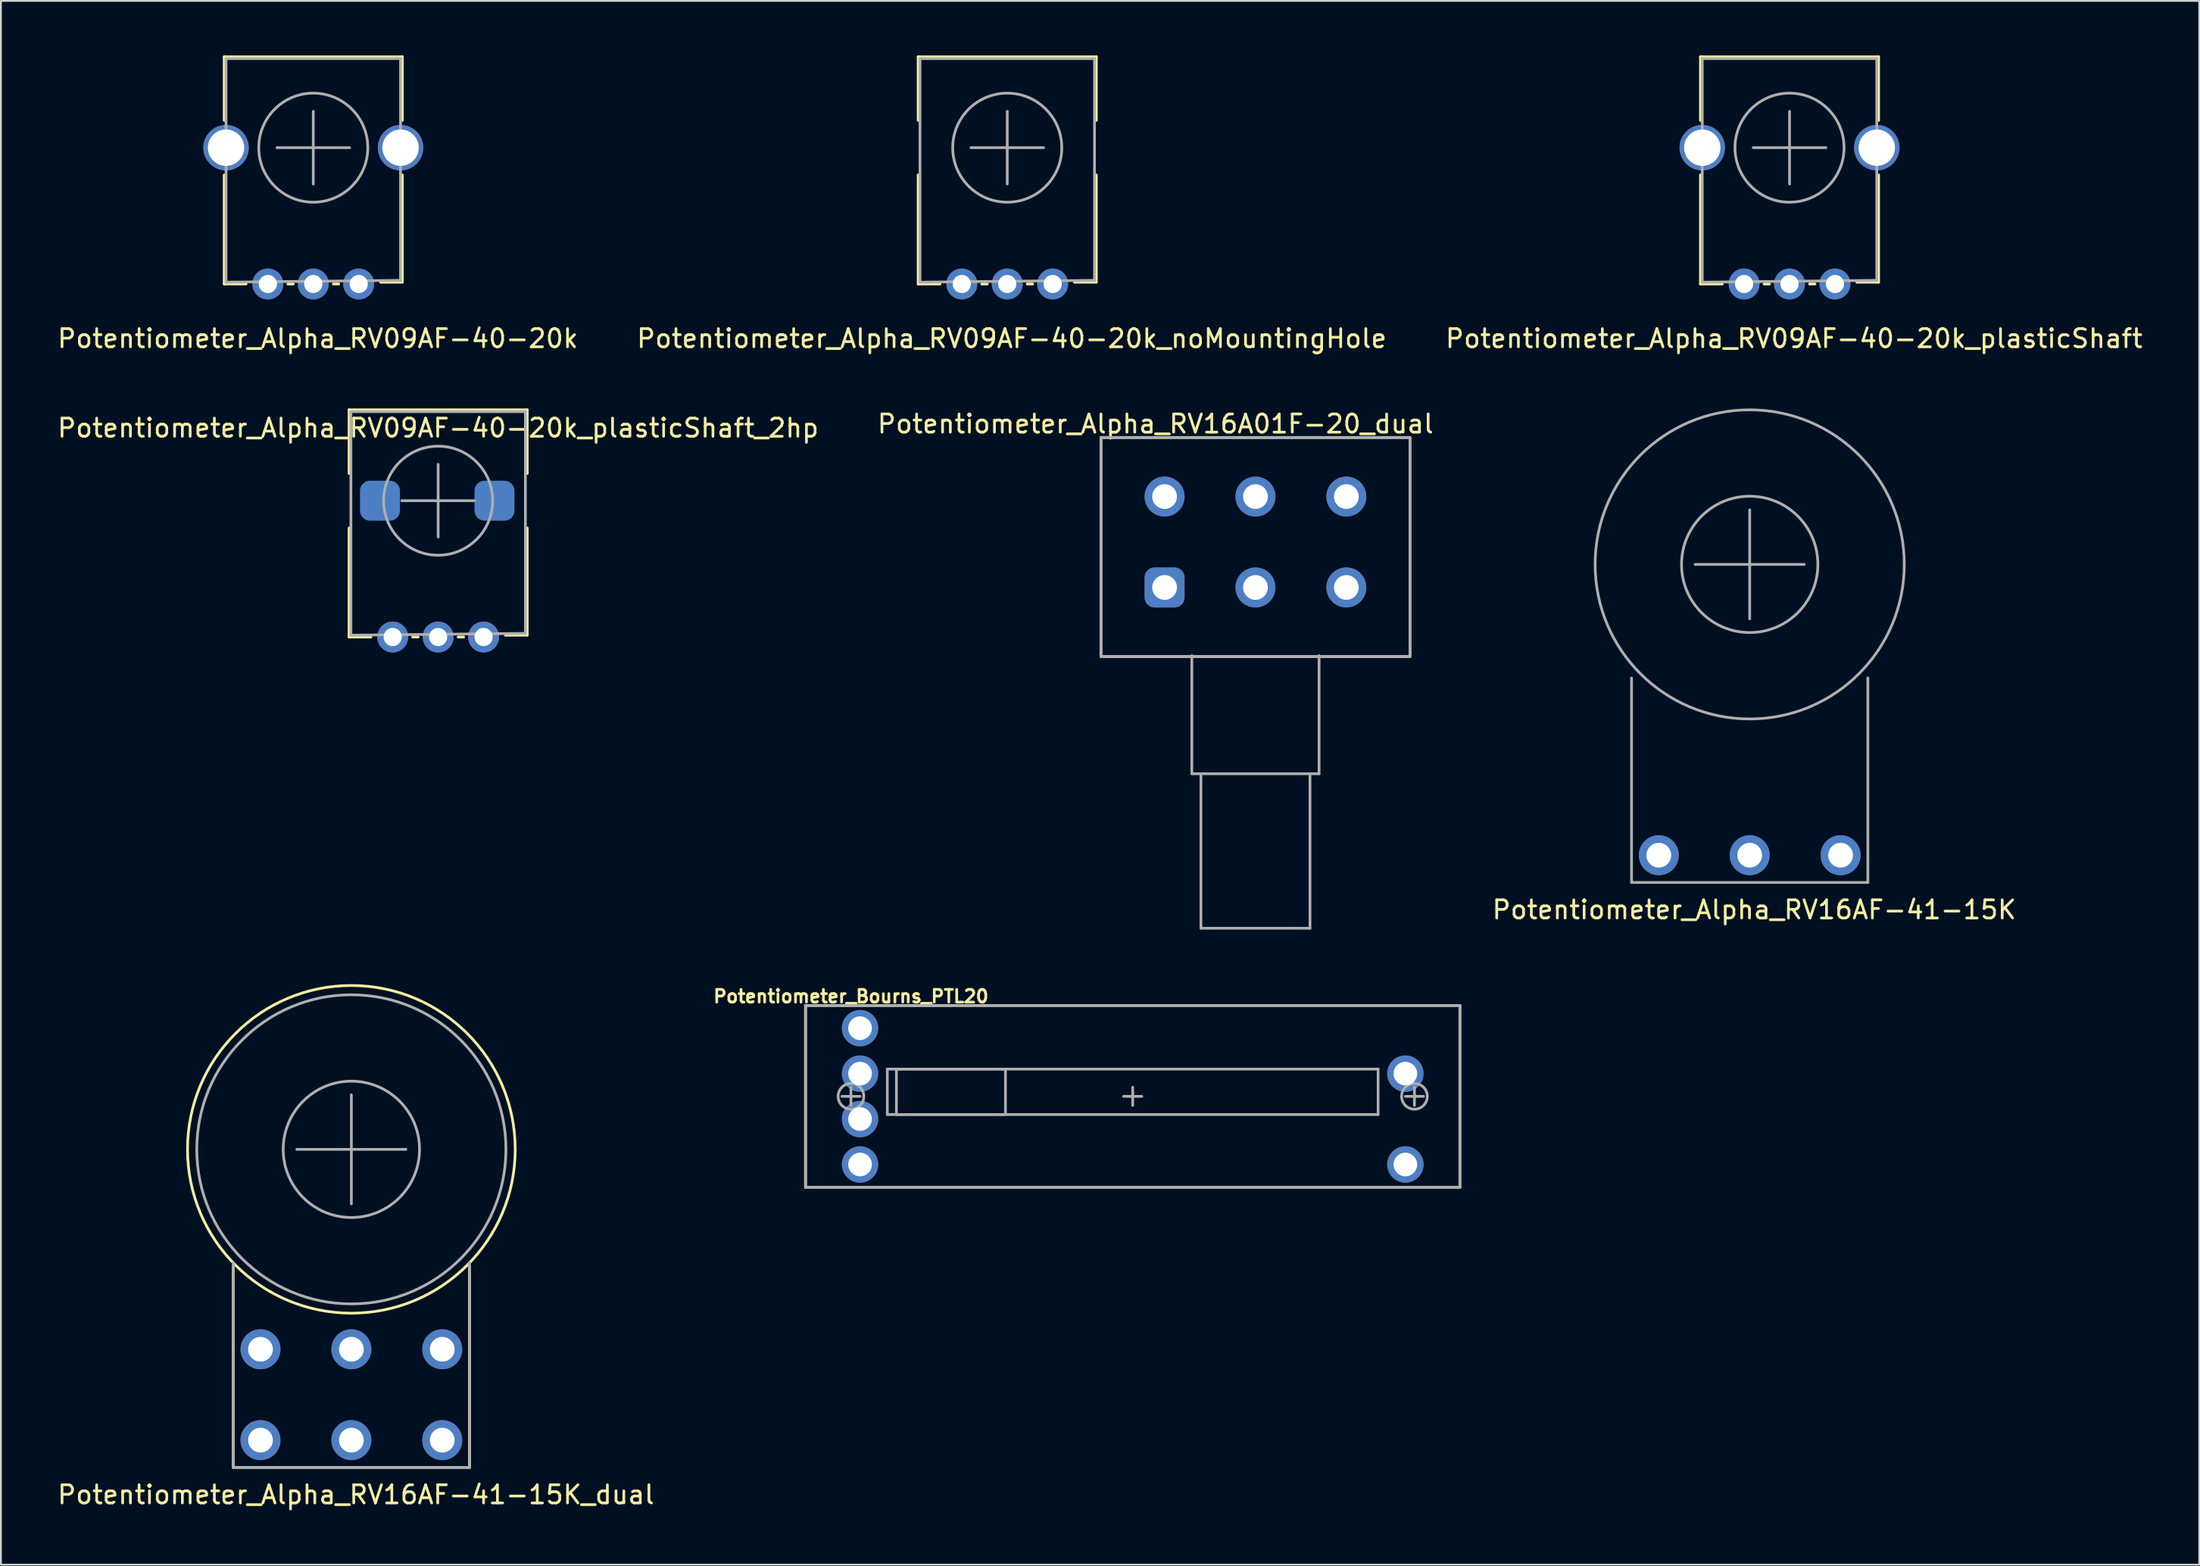
<source format=kicad_pcb>
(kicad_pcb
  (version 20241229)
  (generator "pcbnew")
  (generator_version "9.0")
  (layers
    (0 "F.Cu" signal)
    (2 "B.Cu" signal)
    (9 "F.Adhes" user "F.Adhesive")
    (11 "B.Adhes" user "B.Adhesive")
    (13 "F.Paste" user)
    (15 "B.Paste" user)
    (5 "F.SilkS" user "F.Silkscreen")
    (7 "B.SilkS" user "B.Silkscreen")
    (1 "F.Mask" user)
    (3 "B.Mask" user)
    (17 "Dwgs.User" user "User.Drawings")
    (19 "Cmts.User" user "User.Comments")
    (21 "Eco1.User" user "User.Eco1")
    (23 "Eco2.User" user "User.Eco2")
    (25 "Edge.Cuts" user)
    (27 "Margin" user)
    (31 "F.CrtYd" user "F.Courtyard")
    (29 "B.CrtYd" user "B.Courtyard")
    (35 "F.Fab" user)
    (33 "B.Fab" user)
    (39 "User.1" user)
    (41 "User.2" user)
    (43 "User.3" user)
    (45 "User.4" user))
  (footprint "Potentiometer_Alpha_RV16AF-41-15K_dual"
    (layer "F.Cu")
    (at 16.28 60.185)
    (property "Reference" "Potentiometer_Alpha_RV16AF-41-15K_dual" (at 0.25 19 0) (layer "F.SilkS") (effects (font (size 1 1) (thickness 0.15))))
    (attr through_hole)
    (fp_line (start -6.5 6.5) (end -6.5 17.5) (stroke (width 0.15) (type solid)) (layer "F.SilkS"))
    (fp_line (start -6.5 17.5) (end 6.5 17.5) (stroke (width 0.15) (type solid)) (layer "F.SilkS"))
    (fp_line (start 6.5 17.5) (end 6.5 6.5) (stroke (width 0.15) (type solid)) (layer "F.SilkS"))
    (fp_circle (center 0 0) (end 0.5 -9) (stroke (width 0.15) (type solid)) (fill no) (layer "F.SilkS"))
    (fp_line (start -6.5 17.5) (end -6.5 6.25) (stroke (width 0.15) (type solid)) (layer "F.Fab"))
    (fp_line (start -6.5 17.5) (end 6.5 17.5) (stroke (width 0.15) (type solid)) (layer "F.Fab"))
    (fp_line (start -3 0) (end 3 0) (stroke (width 0.15) (type solid)) (layer "F.Fab"))
    (fp_line (start 0 3) (end 0 -3) (stroke (width 0.15) (type solid)) (layer "F.Fab"))
    (fp_line (start 6.5 17.5) (end 6.5 6.25) (stroke (width 0.15) (type solid)) (layer "F.Fab"))
    (fp_circle (center 0 0) (end 3.75 0) (stroke (width 0.15) (type solid)) (fill no) (layer "F.Fab"))
    (fp_circle (center 0 0) (end 8.5 -0.25) (stroke (width 0.15) (type solid)) (fill no) (layer "F.Fab"))
    (pad "1" thru_hole circle (at -5 16) (size 2.2 2.2) (drill 1.36) (layers "*.Cu" "*.Mask"))
    (pad "2" thru_hole circle (at 0 16) (size 2.2 2.2) (drill 1.36) (layers "*.Cu" "*.Mask"))
    (pad "3" thru_hole circle (at 5 16) (size 2.2 2.2) (drill 1.36) (layers "*.Cu" "*.Mask"))
    (pad "4" thru_hole circle (at -5 11) (size 2.2 2.2) (drill 1.36) (layers "*.Cu" "*.Mask"))
    (pad "5" thru_hole circle (at 0 11) (size 2.2 2.2) (drill 1.36) (layers "*.Cu" "*.Mask"))
    (pad "6" thru_hole circle (at 5 11) (size 2.2 2.2) (drill 1.36) (layers "*.Cu" "*.Mask")))
  (footprint "Potentiometer_Alpha_RV16AF-41-15K"
    (layer "F.Cu")
    (at 93.208 44.002)
    (property "Reference" "Potentiometer_Alpha_RV16AF-41-15K" (at 0.25 3 0) (layer "F.SilkS") (effects (font (size 1 1) (thickness 0.15))))
    (attr through_hole)
    (fp_line (start -6.5 1.5) (end -6.5 -9.75) (stroke (width 0.15) (type solid)) (layer "F.Fab"))
    (fp_line (start -6.5 1.5) (end 6.5 1.5) (stroke (width 0.15) (type solid)) (layer "F.Fab"))
    (fp_line (start -3 -16) (end 3 -16) (stroke (width 0.15) (type solid)) (layer "F.Fab"))
    (fp_line (start 0 -13) (end 0 -19) (stroke (width 0.15) (type solid)) (layer "F.Fab"))
    (fp_line (start 6.5 1.5) (end 6.5 -9.75) (stroke (width 0.15) (type solid)) (layer "F.Fab"))
    (fp_circle (center 0 -16) (end 3.75 -16) (stroke (width 0.15) (type solid)) (fill no) (layer "F.Fab"))
    (fp_circle (center 0 -16) (end 8.5 -16.25) (stroke (width 0.15) (type solid)) (fill no) (layer "F.Fab"))
    (pad "1" thru_hole circle (at -5 0) (size 2.2 2.2) (drill 1.36) (layers "*.Cu" "*.Mask"))
    (pad "2" thru_hole circle (at 0 0) (size 2.2 2.2) (drill 1.36) (layers "*.Cu" "*.Mask"))
    (pad "3" thru_hole circle (at 5 0) (size 2.2 2.2) (drill 1.36) (layers "*.Cu" "*.Mask")))
  (footprint "Potentiometer_Alpha_RV09AF-40-20k_noMountingHole"
    (layer "F.Cu")
    (at 52.363 5.075)
    (property "Reference" "Potentiometer_Alpha_RV09AF-40-20k_noMountingHole" (at 0.25 10.5 0) (layer "F.SilkS") (effects (font (size 1 1) (thickness 0.15))))
    (attr through_hole)
    (fp_line (start -4.9 -5) (end -4.9 -1.5) (stroke (width 0.15) (type solid)) (layer "F.SilkS"))
    (fp_line (start -4.9 -5) (end 4.9 -5) (stroke (width 0.15) (type solid)) (layer "F.SilkS"))
    (fp_line (start -4.9 1.5) (end -4.9 7.5) (stroke (width 0.15) (type solid)) (layer "F.SilkS"))
    (fp_line (start -4.9 7.5) (end -3.7 7.5) (stroke (width 0.15) (type solid)) (layer "F.SilkS"))
    (fp_line (start -1.4 7.5) (end -1.1 7.5) (stroke (width 0.15) (type solid)) (layer "F.SilkS"))
    (fp_line (start 1.1 7.5) (end 1.4 7.5) (stroke (width 0.15) (type solid)) (layer "F.SilkS"))
    (fp_line (start 4.9 -5) (end 4.9 -1.5) (stroke (width 0.15) (type solid)) (layer "F.SilkS"))
    (fp_line (start 4.9 1.5) (end 4.9 7.4) (stroke (width 0.15) (type solid)) (layer "F.SilkS"))
    (fp_line (start 4.9 7.4) (end 3.7 7.4) (stroke (width 0.15) (type solid)) (layer "F.SilkS"))
    (fp_line (start -4.8 -4.9) (end 4.8 -4.9) (stroke (width 0.15) (type solid)) (layer "F.Fab"))
    (fp_line (start -4.8 7.4) (end -4.8 -4.9) (stroke (width 0.15) (type solid)) (layer "F.Fab"))
    (fp_line (start -2 0) (end 2 0) (stroke (width 0.15) (type solid)) (layer "F.Fab"))
    (fp_line (start 0 -2) (end 0 2) (stroke (width 0.15) (type solid)) (layer "F.Fab"))
    (fp_line (start 4.8 -4.9) (end 4.8 7.3) (stroke (width 0.15) (type solid)) (layer "F.Fab"))
    (fp_line (start 4.8 7.3) (end -4.8 7.4) (stroke (width 0.15) (type solid)) (layer "F.Fab"))
    (fp_circle (center 0 0) (end 3 0) (stroke (width 0.15) (type solid)) (fill no) (layer "F.Fab"))
    (pad "1" thru_hole circle (at -2.5 7.5) (size 1.7 1.7) (drill 1) (layers "*.Cu" "*.Mask"))
    (pad "2" thru_hole circle (at 0 7.5) (size 1.7 1.7) (drill 1) (layers "*.Cu" "*.Mask"))
    (pad "3" thru_hole circle (at 2.5 7.5) (size 1.7 1.7) (drill 1) (layers "*.Cu" "*.Mask")))
  (footprint "Potentiometer_Alpha_RV09AF-40-20k_plasticShaft_2hp"
    (layer "F.Cu")
    (at 21.054 24.498)
    (property "Reference" "Potentiometer_Alpha_RV09AF-40-20k_plasticShaft_2hp" (at 0 -4 0) (layer "F.SilkS") (effects (font (size 1 1) (thickness 0.15))))
    (attr through_hole)
    (fp_line (start -4.9 -5) (end -4.9 -1.5) (stroke (width 0.15) (type solid)) (layer "F.SilkS"))
    (fp_line (start -4.9 -5) (end 4.9 -5) (stroke (width 0.15) (type solid)) (layer "F.SilkS"))
    (fp_line (start -4.9 1.5) (end -4.9 7.5) (stroke (width 0.15) (type solid)) (layer "F.SilkS"))
    (fp_line (start -4.9 7.5) (end -3.7 7.5) (stroke (width 0.15) (type solid)) (layer "F.SilkS"))
    (fp_line (start -1.4 7.5) (end -1.1 7.5) (stroke (width 0.15) (type solid)) (layer "F.SilkS"))
    (fp_line (start 1.1 7.5) (end 1.4 7.5) (stroke (width 0.15) (type solid)) (layer "F.SilkS"))
    (fp_line (start 4.9 -5) (end 4.9 -1.5) (stroke (width 0.15) (type solid)) (layer "F.SilkS"))
    (fp_line (start 4.9 1.5) (end 4.9 7.4) (stroke (width 0.15) (type solid)) (layer "F.SilkS"))
    (fp_line (start 4.9 7.4) (end 3.7 7.4) (stroke (width 0.15) (type solid)) (layer "F.SilkS"))
    (fp_line (start -4.8 -4.9) (end 4.8 -4.9) (stroke (width 0.15) (type solid)) (layer "F.Fab"))
    (fp_line (start -4.8 7.4) (end -4.8 -4.9) (stroke (width 0.15) (type solid)) (layer "F.Fab"))
    (fp_line (start -2 0) (end 2 0) (stroke (width 0.15) (type solid)) (layer "F.Fab"))
    (fp_line (start 0 -2) (end 0 2) (stroke (width 0.15) (type solid)) (layer "F.Fab"))
    (fp_line (start 4.8 -4.9) (end 4.8 7.3) (stroke (width 0.15) (type solid)) (layer "F.Fab"))
    (fp_line (start 4.8 7.3) (end -4.8 7.4) (stroke (width 0.15) (type solid)) (layer "F.Fab"))
    (fp_circle (center 0 0) (end 3 0) (stroke (width 0.15) (type solid)) (fill no) (layer "F.Fab"))
    (pad "" smd roundrect (at -3.2 0) (size 2.2 2.2) (layers "B.Cu" "B.Mask") (roundrect_rratio 0.25))
    (pad "" smd roundrect (at 3.1 0) (size 2.2 2.2) (layers "B.Cu" "B.Mask") (roundrect_rratio 0.25))
    (pad "1" thru_hole circle (at -2.5 7.5) (size 1.7 1.7) (drill 1) (layers "*.Cu" "*.Mask"))
    (pad "2" thru_hole circle (at 0 7.5) (size 1.7 1.7) (drill 1) (layers "*.Cu" "*.Mask"))
    (pad "3" thru_hole circle (at 2.5 7.5) (size 1.7 1.7) (drill 1) (layers "*.Cu" "*.Mask")))
  (footprint "Potentiometer_Alpha_RV09AF-40-20k_plasticShaft"
    (layer "F.Cu")
    (at 95.399 5.075)
    (property "Reference" "Potentiometer_Alpha_RV09AF-40-20k_plasticShaft" (at 0.25 10.5 0) (layer "F.SilkS") (effects (font (size 1 1) (thickness 0.15))))
    (attr through_hole)
    (fp_line (start -4.9 -5) (end -4.9 -1.5) (stroke (width 0.15) (type solid)) (layer "F.SilkS"))
    (fp_line (start -4.9 -5) (end 4.9 -5) (stroke (width 0.15) (type solid)) (layer "F.SilkS"))
    (fp_line (start -4.9 1.5) (end -4.9 7.5) (stroke (width 0.15) (type solid)) (layer "F.SilkS"))
    (fp_line (start -4.9 7.5) (end -3.7 7.5) (stroke (width 0.15) (type solid)) (layer "F.SilkS"))
    (fp_line (start -1.4 7.5) (end -1.1 7.5) (stroke (width 0.15) (type solid)) (layer "F.SilkS"))
    (fp_line (start 1.1 7.5) (end 1.4 7.5) (stroke (width 0.15) (type solid)) (layer "F.SilkS"))
    (fp_line (start 4.9 -5) (end 4.9 -1.5) (stroke (width 0.15) (type solid)) (layer "F.SilkS"))
    (fp_line (start 4.9 1.5) (end 4.9 7.4) (stroke (width 0.15) (type solid)) (layer "F.SilkS"))
    (fp_line (start 4.9 7.4) (end 3.7 7.4) (stroke (width 0.15) (type solid)) (layer "F.SilkS"))
    (fp_line (start -4.8 -4.9) (end 4.8 -4.9) (stroke (width 0.15) (type solid)) (layer "F.Fab"))
    (fp_line (start -4.8 7.4) (end -4.8 -4.9) (stroke (width 0.15) (type solid)) (layer "F.Fab"))
    (fp_line (start -2 0) (end 2 0) (stroke (width 0.15) (type solid)) (layer "F.Fab"))
    (fp_line (start 0 -2) (end 0 2) (stroke (width 0.15) (type solid)) (layer "F.Fab"))
    (fp_line (start 4.8 -4.9) (end 4.8 7.3) (stroke (width 0.15) (type solid)) (layer "F.Fab"))
    (fp_line (start 4.8 7.3) (end -4.8 7.4) (stroke (width 0.15) (type solid)) (layer "F.Fab"))
    (fp_circle (center 0 0) (end 3 0) (stroke (width 0.15) (type solid)) (fill no) (layer "F.Fab"))
    (pad "" thru_hole circle (at -4.8 0) (size 2.5 2.5) (drill 2) (layers "*.Cu" "*.Mask"))
    (pad "" thru_hole circle (at 4.8 0) (size 2.5 2.5) (drill 2) (layers "*.Cu" "*.Mask"))
    (pad "1" thru_hole circle (at -2.5 7.5) (size 1.7 1.7) (drill 1) (layers "*.Cu" "*.Mask"))
    (pad "2" thru_hole circle (at 0 7.5) (size 1.7 1.7) (drill 1) (layers "*.Cu" "*.Mask"))
    (pad "3" thru_hole circle (at 2.5 7.5) (size 1.7 1.7) (drill 1) (layers "*.Cu" "*.Mask")))
  (footprint "Potentiometer_Alpha_RV09AF-40-20k"
    (layer "F.Cu")
    (at 14.185 5.075)
    (property "Reference" "Potentiometer_Alpha_RV09AF-40-20k" (at 0.25 10.5 0) (layer "F.SilkS") (effects (font (size 1 1) (thickness 0.15))))
    (attr through_hole)
    (fp_line (start -4.9 -5) (end -4.9 -1.5) (stroke (width 0.15) (type solid)) (layer "F.SilkS"))
    (fp_line (start -4.9 -5) (end 4.9 -5) (stroke (width 0.15) (type solid)) (layer "F.SilkS"))
    (fp_line (start -4.9 1.5) (end -4.9 7.5) (stroke (width 0.15) (type solid)) (layer "F.SilkS"))
    (fp_line (start -4.9 7.5) (end -3.7 7.5) (stroke (width 0.15) (type solid)) (layer "F.SilkS"))
    (fp_line (start -1.4 7.5) (end -1.1 7.5) (stroke (width 0.15) (type solid)) (layer "F.SilkS"))
    (fp_line (start 1.1 7.5) (end 1.4 7.5) (stroke (width 0.15) (type solid)) (layer "F.SilkS"))
    (fp_line (start 4.9 -5) (end 4.9 -1.5) (stroke (width 0.15) (type solid)) (layer "F.SilkS"))
    (fp_line (start 4.9 1.5) (end 4.9 7.4) (stroke (width 0.15) (type solid)) (layer "F.SilkS"))
    (fp_line (start 4.9 7.4) (end 3.7 7.4) (stroke (width 0.15) (type solid)) (layer "F.SilkS"))
    (fp_line (start -4.8 -4.9) (end 4.8 -4.9) (stroke (width 0.15) (type solid)) (layer "F.Fab"))
    (fp_line (start -4.8 7.4) (end -4.8 -4.9) (stroke (width 0.15) (type solid)) (layer "F.Fab"))
    (fp_line (start -2 0) (end 2 0) (stroke (width 0.15) (type solid)) (layer "F.Fab"))
    (fp_line (start 0 -2) (end 0 2) (stroke (width 0.15) (type solid)) (layer "F.Fab"))
    (fp_line (start 4.8 -4.9) (end 4.8 7.3) (stroke (width 0.15) (type solid)) (layer "F.Fab"))
    (fp_line (start 4.8 7.3) (end -4.8 7.4) (stroke (width 0.15) (type solid)) (layer "F.Fab"))
    (fp_circle (center 0 0) (end 3 0) (stroke (width 0.15) (type solid)) (fill no) (layer "F.Fab"))
    (pad "" thru_hole circle (at -4.8 0) (size 2.5 2.5) (drill 2) (layers "*.Cu" "*.Mask"))
    (pad "" thru_hole circle (at 4.8 0) (size 2.5 2.5) (drill 2) (layers "*.Cu" "*.Mask"))
    (pad "1" thru_hole circle (at -2.5 7.5) (size 1.7 1.7) (drill 1) (layers "*.Cu" "*.Mask"))
    (pad "2" thru_hole circle (at 0 7.5) (size 1.7 1.7) (drill 1) (layers "*.Cu" "*.Mask"))
    (pad "3" thru_hole circle (at 2.5 7.5) (size 1.7 1.7) (drill 1) (layers "*.Cu" "*.Mask")))
  (footprint "Potentiometer_Alpha_RV16A01F-20_dual"
    (layer "F.Cu")
    (at 66.018 26.771)
    (property "Reference" "Potentiometer_Alpha_RV16A01F-20_dual" (at -5.5 -6.5 0) (layer "F.SilkS") (effects (font (size 1 1) (thickness 0.15))))
    (attr through_hole)
    (fp_line (start -8.5 -5.75) (end -8.5 6.25) (stroke (width 0.15) (type solid)) (layer "F.SilkS"))
    (fp_line (start -8.5 6.3) (end 8.5 6.3) (stroke (width 0.15) (type solid)) (layer "F.SilkS"))
    (fp_line (start 8.5 -5.75) (end -8.5 -5.75) (stroke (width 0.15) (type solid)) (layer "F.SilkS"))
    (fp_line (start 8.5 6.25) (end 8.5 -5.75) (stroke (width 0.15) (type solid)) (layer "F.SilkS"))
    (fp_line (start -8.5 -5.75) (end -8.5 6.25) (stroke (width 0.15) (type solid)) (layer "F.Fab"))
    (fp_line (start -8.5 6.3) (end 8.5 6.3) (stroke (width 0.15) (type solid)) (layer "F.Fab"))
    (fp_line (start -3.5 6.25) (end -3.5 12.75) (stroke (width 0.15) (type solid)) (layer "F.Fab"))
    (fp_line (start -3.5 12.75) (end 3.5 12.75) (stroke (width 0.15) (type solid)) (layer "F.Fab"))
    (fp_line (start -3 12.75) (end -3 21.25) (stroke (width 0.15) (type solid)) (layer "F.Fab"))
    (fp_line (start -3 21.25) (end 3 21.25) (stroke (width 0.15) (type solid)) (layer "F.Fab"))
    (fp_line (start 3 21.25) (end 3 12.75) (stroke (width 0.15) (type solid)) (layer "F.Fab"))
    (fp_line (start 3.5 12.75) (end 3.5 6.25) (stroke (width 0.15) (type solid)) (layer "F.Fab"))
    (fp_line (start 8.5 -5.75) (end -8.5 -5.75) (stroke (width 0.15) (type solid)) (layer "F.Fab"))
    (fp_line (start 8.5 6.25) (end 8.5 -5.75) (stroke (width 0.15) (type solid)) (layer "F.Fab"))
    (pad "1" thru_hole roundrect (at -5 2.5) (size 2.2 2.2) (drill 1.36) (layers "*.Cu" "*.Mask") (roundrect_rratio 0.25))
    (pad "2" thru_hole circle (at 0 2.5) (size 2.2 2.2) (drill 1.36) (layers "*.Cu" "*.Mask"))
    (pad "3" thru_hole circle (at 5 2.5) (size 2.2 2.2) (drill 1.36) (layers "*.Cu" "*.Mask"))
    (pad "4" thru_hole circle (at -5 -2.5) (size 2.2 2.2) (drill 1.36) (layers "*.Cu" "*.Mask"))
    (pad "5" thru_hole circle (at 0 -2.5) (size 2.2 2.2) (drill 1.36) (layers "*.Cu" "*.Mask"))
    (pad "6" thru_hole circle (at 5 -2.5) (size 2.2 2.2) (drill 1.36) (layers "*.Cu" "*.Mask")))
  (footprint "Potentiometer_Bourns_PTL20"
    (layer "F.Cu")
    (at 59.265 57.269)
    (property "Reference" "Potentiometer_Bourns_PTL20" (at -15.5 -5.5 0) (layer "F.SilkS") (effects (font (size 0.7 0.7) (thickness 0.15))))
    (attr through_hole)
    (fp_line (start -18 -5) (end 18 -5) (stroke (width 0.15) (type solid)) (layer "F.SilkS"))
    (fp_line (start -18 5) (end -18 -5) (stroke (width 0.15) (type solid)) (layer "F.SilkS"))
    (fp_line (start 18 -5) (end 18 5) (stroke (width 0.15) (type solid)) (layer "F.SilkS"))
    (fp_line (start 18 5) (end -18 5) (stroke (width 0.15) (type solid)) (layer "F.SilkS"))
    (fp_line (start -18 -5) (end 18 -5) (stroke (width 0.15) (type solid)) (layer "F.Fab"))
    (fp_line (start -18 5) (end -18 -5) (stroke (width 0.15) (type solid)) (layer "F.Fab"))
    (fp_line (start -16 0) (end -15 0) (stroke (width 0.15) (type solid)) (layer "F.Fab"))
    (fp_line (start -15.5 -0.5) (end -15.5 0.5) (stroke (width 0.15) (type solid)) (layer "F.Fab"))
    (fp_line (start -13.5 -1.5) (end -13.5 1) (stroke (width 0.15) (type solid)) (layer "F.Fab"))
    (fp_line (start -13.5 -1.5) (end 13.5 -1.5) (stroke (width 0.15) (type solid)) (layer "F.Fab"))
    (fp_line (start -0.5 0) (end 0.5 0) (stroke (width 0.15) (type solid)) (layer "F.Fab"))
    (fp_line (start 0 -0.5) (end 0 0.5) (stroke (width 0.15) (type solid)) (layer "F.Fab"))
    (fp_line (start 13.5 -1.5) (end 13.5 1) (stroke (width 0.15) (type solid)) (layer "F.Fab"))
    (fp_line (start 13.5 1) (end -13.5 1) (stroke (width 0.15) (type solid)) (layer "F.Fab"))
    (fp_line (start 15 0) (end 16 0) (stroke (width 0.15) (type solid)) (layer "F.Fab"))
    (fp_line (start 15.5 -0.5) (end 15.5 0.5) (stroke (width 0.15) (type solid)) (layer "F.Fab"))
    (fp_line (start 18 -5) (end 18 5) (stroke (width 0.15) (type solid)) (layer "F.Fab"))
    (fp_line (start 18 5) (end -18 5) (stroke (width 0.15) (type solid)) (layer "F.Fab"))
    (fp_circle (center -15.5 0) (end -15 -0.5) (stroke (width 0.15) (type solid)) (fill no) (layer "F.Fab"))
    (fp_circle (center 15.5 0) (end 16 -0.5) (stroke (width 0.15) (type solid)) (fill no) (layer "F.Fab"))
    (fp_poly (pts (xy -13 -1.5) (xy -7 -1.5) (xy -7 1) (xy -13 1)) (stroke (width 0.15) (type solid)) (fill no) (layer "F.Fab"))
    (pad "1" thru_hole circle (at -15 -1.25) (size 2 2) (drill 1.3) (layers "*.Cu" "*.Mask"))
    (pad "2" thru_hole circle (at -15 -3.75) (size 2 2) (drill 1.3) (layers "*.Cu" "*.Mask"))
    (pad "3" thru_hole circle (at 15 -1.25) (size 2 2) (drill 1.3) (layers "*.Cu" "*.Mask"))
    (pad "4" thru_hole circle (at -15 1.25) (size 2 2) (drill 1.3) (layers "*.Cu" "*.Mask"))
    (pad "5" thru_hole circle (at -15 3.75) (size 2 2) (drill 1.3) (layers "*.Cu" "*.Mask"))
    (pad "6" thru_hole circle (at 15 3.75) (size 2 2) (drill 1.3) (layers "*.Cu" "*.Mask")))
  (gr_rect
    (start -3 -3)
    (end 117.94 83.034)
    (stroke (width 0.1) (type default))
    (fill no)
    (layer "Edge.Cuts")))
</source>
